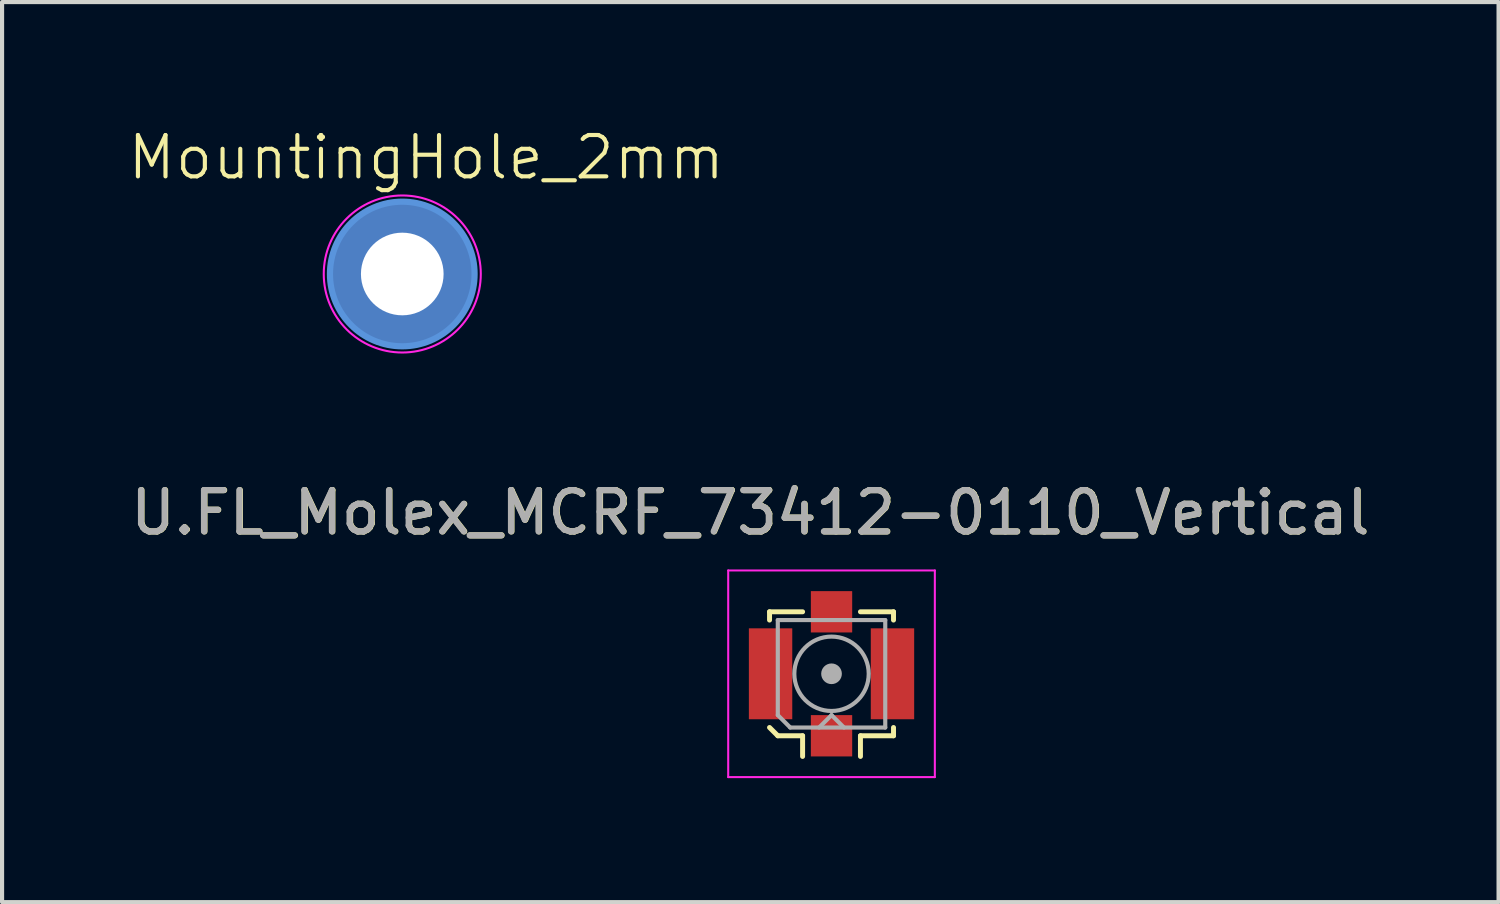
<source format=kicad_pcb>
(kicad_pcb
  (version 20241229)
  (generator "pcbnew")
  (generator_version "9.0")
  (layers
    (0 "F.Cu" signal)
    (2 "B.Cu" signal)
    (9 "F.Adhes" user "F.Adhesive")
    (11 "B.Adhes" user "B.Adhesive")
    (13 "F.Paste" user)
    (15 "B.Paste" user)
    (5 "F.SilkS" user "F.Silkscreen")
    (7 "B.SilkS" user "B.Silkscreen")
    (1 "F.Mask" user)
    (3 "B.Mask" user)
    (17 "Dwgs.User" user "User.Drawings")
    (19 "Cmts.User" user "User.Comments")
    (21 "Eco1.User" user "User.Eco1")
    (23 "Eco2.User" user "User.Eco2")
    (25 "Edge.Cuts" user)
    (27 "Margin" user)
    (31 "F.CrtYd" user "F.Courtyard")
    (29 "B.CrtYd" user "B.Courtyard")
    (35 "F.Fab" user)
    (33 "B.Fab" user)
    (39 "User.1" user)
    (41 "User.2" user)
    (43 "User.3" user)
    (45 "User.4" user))
  (footprint "MountingHole_2mm"
    (layer "F.Cu")
    (at 6.684 3.58)
    (property "Reference" "MountingHole_2mm" (at 0.58 -2.82 0) (unlocked yes) (layer "F.SilkS") (effects (font (size 1 1) (thickness 0.1))))
    (attr through_hole)
    (fp_circle (center 0 0) (end 1.75 0) (stroke (width 0.15) (type solid)) (fill no) (layer "Cmts.User"))
    (fp_circle (center 0 0) (end 1.9 0) (stroke (width 0.05) (type solid)) (fill no) (layer "F.CrtYd"))
    (pad "" thru_hole circle (at 0 0) (size 3.5 3.5) (drill 2) (layers "*.Cu" "*.Mask")))
  (footprint "U.FL_Molex_MCRF_73412-0110_Vertical"
    (layer "F.Cu")
    (at 17.071 13.254)
    (property "Reference" "U.FL_Molex_MCRF_73412-0110_Vertical" (at -1.96 -3.9 180) (layer "F.SilkS") (effects (font (size 1 1) (thickness 0.15))))
    (attr smd)
    (fp_line (start -1.5 -1.5) (end -0.7 -1.5) (stroke (width 0.12) (type solid)) (layer "F.SilkS"))
    (fp_line (start -1.5 -1.3) (end -1.5 -1.5) (stroke (width 0.12) (type solid)) (layer "F.SilkS"))
    (fp_line (start -1.3 1.5) (end -1.5 1.3) (stroke (width 0.12) (type solid)) (layer "F.SilkS"))
    (fp_line (start -0.7 1.5) (end -1.3 1.5) (stroke (width 0.12) (type solid)) (layer "F.SilkS"))
    (fp_line (start -0.7 1.5) (end -0.7 2) (stroke (width 0.12) (type solid)) (layer "F.SilkS"))
    (fp_line (start 0.7 -1.5) (end 1.5 -1.5) (stroke (width 0.12) (type solid)) (layer "F.SilkS"))
    (fp_line (start 0.7 1.5) (end 0.7 2) (stroke (width 0.12) (type solid)) (layer "F.SilkS"))
    (fp_line (start 1.5 -1.5) (end 1.5 -1.3) (stroke (width 0.12) (type solid)) (layer "F.SilkS"))
    (fp_line (start 1.5 1.3) (end 1.5 1.5) (stroke (width 0.12) (type solid)) (layer "F.SilkS"))
    (fp_line (start 1.5 1.5) (end 0.7 1.5) (stroke (width 0.12) (type solid)) (layer "F.SilkS"))
    (fp_line (start -2.5 -2.5) (end -2.5 2.5) (stroke (width 0.05) (type solid)) (layer "F.CrtYd"))
    (fp_line (start -2.5 2.5) (end 2.5 2.5) (stroke (width 0.05) (type solid)) (layer "F.CrtYd"))
    (fp_line (start 2.5 -2.5) (end -2.5 -2.5) (stroke (width 0.05) (type solid)) (layer "F.CrtYd"))
    (fp_line (start 2.5 2.5) (end 2.5 -2.5) (stroke (width 0.05) (type solid)) (layer "F.CrtYd"))
    (fp_line (start -1.3 -1.3) (end -1.3 1) (stroke (width 0.1) (type solid)) (layer "F.Fab"))
    (fp_line (start -1.3 -1.3) (end 1.3 -1.3) (stroke (width 0.1) (type solid)) (layer "F.Fab"))
    (fp_line (start -1.3 1) (end -1 1.3) (stroke (width 0.1) (type solid)) (layer "F.Fab"))
    (fp_line (start -1 1.3) (end 1.3 1.3) (stroke (width 0.1) (type solid)) (layer "F.Fab"))
    (fp_line (start -0.3 1.3) (end 0 1) (stroke (width 0.1) (type solid)) (layer "F.Fab"))
    (fp_line (start 0 1) (end 0.3 1.3) (stroke (width 0.1) (type solid)) (layer "F.Fab"))
    (fp_line (start 1.3 -1.3) (end 1.3 1.3) (stroke (width 0.1) (type solid)) (layer "F.Fab"))
    (fp_circle (center 0 0) (end 0 0.05) (stroke (width 0.1) (type solid)) (fill no) (layer "F.Fab"))
    (fp_circle (center 0 0) (end 0 0.125) (stroke (width 0.1) (type solid)) (fill no) (layer "F.Fab"))
    (fp_circle (center 0 0) (end 0 0.2) (stroke (width 0.1) (type solid)) (fill no) (layer "F.Fab"))
    (fp_circle (center 0 0) (end 0.9 0) (stroke (width 0.1) (type solid)) (fill no) (layer "F.Fab"))
    (fp_text user "${REFERENCE}" (at -1.97 -3.9 0) (layer "F.Fab") (effects (font (size 1 1) (thickness 0.15))))
    (pad "1" smd rect (at 0 1.5) (size 1 1) (layers "F.Cu" "F.Mask" "F.Paste"))
    (pad "2" smd rect (at -1.475 0) (size 1.05 2.2) (layers "F.Cu" "F.Mask" "F.Paste"))
    (pad "2" smd rect (at 0 -1.5) (size 1 1) (layers "F.Cu" "F.Mask" "F.Paste"))
    (pad "2" smd rect (at 1.475 0) (size 1.05 2.2) (layers "F.Cu" "F.Mask" "F.Paste")))
  (gr_rect
    (start -3 -3)
    (end 33.212 18.779)
    (stroke (width 0.1) (type default))
    (fill no)
    (layer "Edge.Cuts")))
</source>
